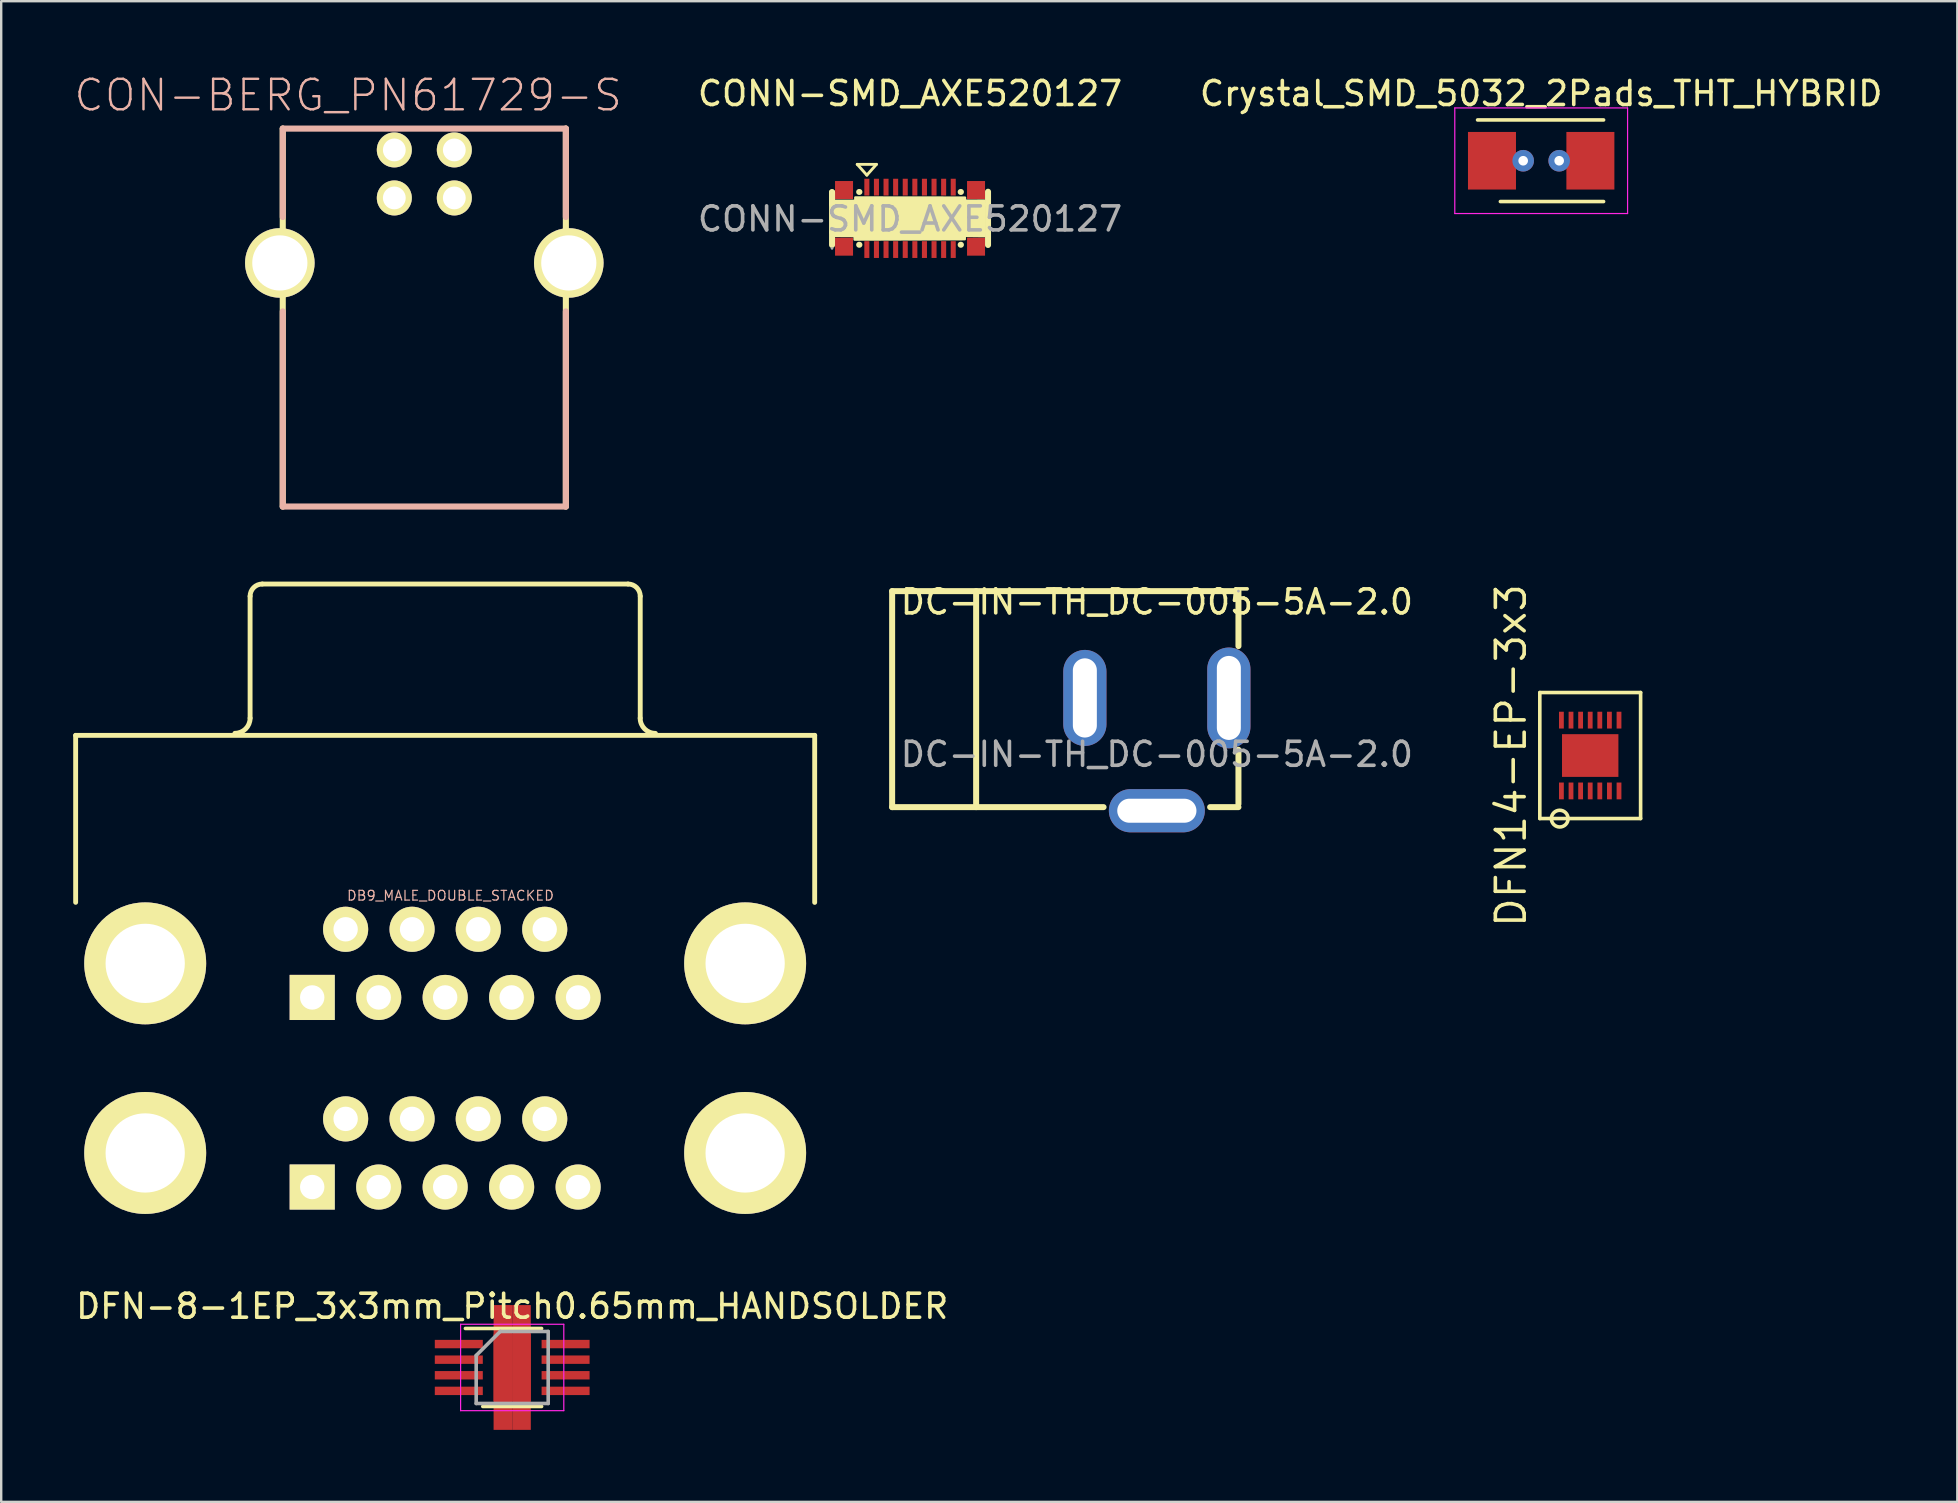
<source format=kicad_pcb>
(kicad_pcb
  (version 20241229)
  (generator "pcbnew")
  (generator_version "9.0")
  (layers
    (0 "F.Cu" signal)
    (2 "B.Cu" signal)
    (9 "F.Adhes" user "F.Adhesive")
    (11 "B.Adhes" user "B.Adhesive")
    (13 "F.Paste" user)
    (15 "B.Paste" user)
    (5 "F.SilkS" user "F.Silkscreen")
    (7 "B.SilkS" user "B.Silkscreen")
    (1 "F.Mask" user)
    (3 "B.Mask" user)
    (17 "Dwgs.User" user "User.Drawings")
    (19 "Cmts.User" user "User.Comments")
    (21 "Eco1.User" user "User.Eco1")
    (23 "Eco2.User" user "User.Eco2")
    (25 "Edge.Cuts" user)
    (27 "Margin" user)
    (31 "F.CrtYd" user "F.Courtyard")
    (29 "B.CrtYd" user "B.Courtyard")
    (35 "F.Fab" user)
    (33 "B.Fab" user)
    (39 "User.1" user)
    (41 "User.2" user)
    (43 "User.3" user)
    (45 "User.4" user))
  (footprint "DFN-8-1EP_3x3mm_Pitch0.65mm_HANDSOLDER"
    (layer "F.Cu")
    (at 18.292 53.929)
    (property "Reference" "DFN-8-1EP_3x3mm_Pitch0.65mm_HANDSOLDER" (at 0 -2.55 0) (layer "F.SilkS") (effects (font (size 1 1) (thickness 0.15))))
    (attr smd)
    (fp_line (start -1.95 -1.625) (end 1.225 -1.625) (stroke (width 0.15) (type solid)) (layer "F.SilkS"))
    (fp_line (start -1.225 1.625) (end 1.225 1.625) (stroke (width 0.15) (type solid)) (layer "F.SilkS"))
    (fp_line (start -2.15 -1.8) (end -2.15 1.8) (stroke (width 0.05) (type solid)) (layer "F.CrtYd"))
    (fp_line (start -2.15 -1.8) (end 2.15 -1.8) (stroke (width 0.05) (type solid)) (layer "F.CrtYd"))
    (fp_line (start -2.15 1.8) (end 2.15 1.8) (stroke (width 0.05) (type solid)) (layer "F.CrtYd"))
    (fp_line (start 2.15 -1.8) (end 2.15 1.8) (stroke (width 0.05) (type solid)) (layer "F.CrtYd"))
    (fp_line (start -1.5 -0.5) (end -0.5 -1.5) (stroke (width 0.15) (type solid)) (layer "F.Fab"))
    (fp_line (start -1.5 1.5) (end -1.5 -0.5) (stroke (width 0.15) (type solid)) (layer "F.Fab"))
    (fp_line (start -0.5 -1.5) (end 1.5 -1.5) (stroke (width 0.15) (type solid)) (layer "F.Fab"))
    (fp_line (start 1.5 -1.5) (end 1.5 1.5) (stroke (width 0.15) (type solid)) (layer "F.Fab"))
    (fp_line (start 1.5 1.5) (end -1.5 1.5) (stroke (width 0.15) (type solid)) (layer "F.Fab"))
    (pad "1" smd rect (at -2.225 -0.975) (size 2 0.35) (layers "F.Cu" "F.Mask" "F.Paste"))
    (pad "2" smd rect (at -2.225 -0.325) (size 2 0.35) (layers "F.Cu" "F.Mask" "F.Paste"))
    (pad "3" smd rect (at -2.225 0.325) (size 2 0.35) (layers "F.Cu" "F.Mask" "F.Paste"))
    (pad "4" smd rect (at -2.225 0.975) (size 2 0.35) (layers "F.Cu" "F.Mask" "F.Paste"))
    (pad "5" smd rect (at 2.225 0.975) (size 2 0.35) (layers "F.Cu" "F.Mask" "F.Paste"))
    (pad "6" smd rect (at 2.225 0.325) (size 2 0.35) (layers "F.Cu" "F.Mask" "F.Paste"))
    (pad "7" smd rect (at 2.225 -0.325) (size 2 0.35) (layers "F.Cu" "F.Mask" "F.Paste"))
    (pad "8" smd rect (at 2.225 -0.975) (size 2 0.35) (layers "F.Cu" "F.Mask" "F.Paste"))
    (pad "9" smd rect (at -0.388 -0.6) (size 0.775 4) (layers "F.Cu" "F.Mask" "F.Paste"))
    (pad "9" smd rect (at -0.388 0.6) (size 0.775 4) (layers "F.Cu" "F.Mask" "F.Paste"))
    (pad "9" smd rect (at 0.388 -0.6) (size 0.775 4) (layers "F.Cu" "F.Mask" "F.Paste"))
    (pad "9" smd rect (at 0.388 0.6) (size 0.775 4) (layers "F.Cu" "F.Mask" "F.Paste")))
  (footprint "DC-IN-TH_DC-005-5A-2.0"
    (layer "F.Cu")
    (at 45.153 28.381)
    (property "Reference" "DC-IN-TH_DC-005-5A-2.0" (at 0 -6.35 0) (layer "F.SilkS") (effects (font (size 1 1) (thickness 0.15))))
    (attr through_hole)
    (fp_line (start -11.03 -6.8) (end -11.03 2.2) (stroke (width 0.25) (type solid)) (layer "F.SilkS"))
    (fp_line (start -11.03 -6.8) (end 3.38 -6.8) (stroke (width 0.25) (type solid)) (layer "F.SilkS"))
    (fp_line (start -7.53 -6.8) (end -7.53 2.2) (stroke (width 0.25) (type solid)) (layer "F.SilkS"))
    (fp_line (start -2.22 2.2) (end -11.03 2.2) (stroke (width 0.25) (type solid)) (layer "F.SilkS"))
    (fp_line (start 3.4 -4.51) (end 3.4 -6.8) (stroke (width 0.25) (type solid)) (layer "F.SilkS"))
    (fp_line (start 3.4 2.07) (end 3.4 -0.19) (stroke (width 0.25) (type solid)) (layer "F.SilkS"))
    (fp_line (start 3.4 2.2) (end 2.22 2.2) (stroke (width 0.25) (type solid)) (layer "F.SilkS"))
    (fp_circle (center 3.4 -6.8) (end 3.43 -6.8) (stroke (width 0.06) (type solid)) (fill no) (layer "F.Fab"))
    (fp_text user "${REFERENCE}" (at 0 0 0) (layer "F.Fab") (effects (font (size 1 1) (thickness 0.15))))
    (pad "1" thru_hole oval (at 3 -2.35 90) (size 4.2 1.8) (drill oval 3.5 1) (layers "*.Cu" "*.Paste" "*.Mask"))
    (pad "2" thru_hole oval (at -3 -2.35 270) (size 4 1.8) (drill oval 3.3 1) (layers "*.Cu" "*.Paste" "*.Mask"))
    (pad "3" thru_hole oval (at 0 2.35) (size 4 1.8) (drill oval 3.3 1) (layers "*.Cu" "*.Paste" "*.Mask")))
  (footprint "DB9_MALE_DOUBLE_STACKED"
    (layer "F.Cu")
    (at 15.499 37.091)
    (property "Reference" "DB9_MALE_DOUBLE_STACKED" (at 0.221 -2.822 0) (layer "B.SilkS") (effects (font (size 0.406 0.406) (thickness 0.051))))
    (attr exclude_from_pos_files exclude_from_bom)
    (fp_line (start -15.397 -9.5) (end 15.397 -9.5) (stroke (width 0.203) (type solid)) (layer "F.SilkS"))
    (fp_line (start -15.397 -2.543) (end -15.397 -9.5) (stroke (width 0.203) (type solid)) (layer "F.SilkS"))
    (fp_line (start -8.128 -10.218) (end -8.128 -15.298) (stroke (width 0.203) (type solid)) (layer "F.SilkS"))
    (fp_line (start -7.62 -15.806) (end 7.62 -15.806) (stroke (width 0.203) (type solid)) (layer "F.SilkS"))
    (fp_line (start 8.128 -10.218) (end 8.128 -15.298) (stroke (width 0.203) (type solid)) (layer "F.SilkS"))
    (fp_line (start 15.397 -2.54) (end 15.397 -9.5) (stroke (width 0.203) (type solid)) (layer "F.SilkS"))
    (fp_arc (start -8.128 -15.29842) (mid -7.97921 -15.65763) (end -7.62 -15.80642) (stroke (width 0.2032) (type solid)) (layer "F.SilkS"))
    (fp_arc (start -8.128 -10.21842) (mid -8.313243 -9.771203) (end -8.76046 -9.58596) (stroke (width 0.2032) (type solid)) (layer "F.SilkS"))
    (fp_arc (start 7.62 -15.80642) (mid 7.97921 -15.65763) (end 8.128 -15.29842) (stroke (width 0.2032) (type solid)) (layer "F.SilkS"))
    (fp_arc (start 8.76046 -9.58342) (mid 8.311447 -9.769407) (end 8.12546 -10.21842) (stroke (width 0.2032) (type solid)) (layer "F.SilkS"))
    (pad "1" thru_hole circle (at 5.54 1.42) (size 1.88 1.88) (drill 1.016) (layers "*.Cu" "F.Mask" "F.SilkS" "F.Paste"))
    (pad "2" thru_hole circle (at 2.769 1.42) (size 1.88 1.88) (drill 1.016) (layers "*.Cu" "F.Mask" "F.SilkS" "F.Paste"))
    (pad "3" thru_hole circle (at 0 1.42) (size 1.88 1.88) (drill 1.016) (layers "*.Cu" "F.Mask" "F.SilkS" "F.Paste"))
    (pad "4" thru_hole circle (at -2.769 1.42) (size 1.88 1.88) (drill 1.016) (layers "*.Cu" "F.Mask" "F.SilkS" "F.Paste"))
    (pad "5" thru_hole rect (at -5.54 1.42) (size 1.88 1.88) (drill 1.016) (layers "*.Cu" "F.Mask" "F.SilkS" "F.Paste"))
    (pad "6" thru_hole circle (at 4.148 -1.42) (size 1.88 1.88) (drill 1.016) (layers "*.Cu" "F.Mask" "F.SilkS" "F.Paste"))
    (pad "7" thru_hole circle (at 1.379 -1.42) (size 1.88 1.88) (drill 1.016) (layers "*.Cu" "F.Mask" "F.SilkS" "F.Paste"))
    (pad "8" thru_hole circle (at -1.379 -1.42) (size 1.88 1.88) (drill 1.016) (layers "*.Cu" "F.Mask" "F.SilkS" "F.Paste"))
    (pad "9" thru_hole circle (at -4.148 -1.42) (size 1.88 1.88) (drill 1.016) (layers "*.Cu" "F.Mask" "F.SilkS" "F.Paste"))
    (pad "10" thru_hole circle (at 5.54 9.32) (size 1.88 1.88) (drill 1.016) (layers "*.Cu" "F.Mask" "F.SilkS" "F.Paste"))
    (pad "11" thru_hole circle (at 2.769 9.32) (size 1.88 1.88) (drill 1.016) (layers "*.Cu" "F.Mask" "F.SilkS" "F.Paste"))
    (pad "12" thru_hole circle (at 0 9.32) (size 1.88 1.88) (drill 1.016) (layers "*.Cu" "F.Mask" "F.SilkS" "F.Paste"))
    (pad "13" thru_hole circle (at -2.769 9.32) (size 1.88 1.88) (drill 1.016) (layers "*.Cu" "F.Mask" "F.SilkS" "F.Paste"))
    (pad "14" thru_hole rect (at -5.54 9.32) (size 1.88 1.88) (drill 1.016) (layers "*.Cu" "F.Mask" "F.SilkS" "F.Paste"))
    (pad "15" thru_hole circle (at 4.148 6.48) (size 1.88 1.88) (drill 1.016) (layers "*.Cu" "F.Mask" "F.SilkS" "F.Paste"))
    (pad "16" thru_hole circle (at 1.379 6.48) (size 1.88 1.88) (drill 1.016) (layers "*.Cu" "F.Mask" "F.SilkS" "F.Paste"))
    (pad "17" thru_hole circle (at -1.379 6.48) (size 1.88 1.88) (drill 1.016) (layers "*.Cu" "F.Mask" "F.SilkS" "F.Paste"))
    (pad "18" thru_hole circle (at -4.148 6.48) (size 1.88 1.88) (drill 1.016) (layers "*.Cu" "F.Mask" "F.SilkS" "F.Paste"))
    (pad "G1" thru_hole circle (at -12.499 0) (size 5.08 5.08) (drill 3.302) (layers "*.Cu" "F.Mask" "F.SilkS" "F.Paste"))
    (pad "G1" thru_hole circle (at -12.499 7.9) (size 5.08 5.08) (drill 3.302) (layers "*.Cu" "F.Mask" "F.SilkS" "F.Paste"))
    (pad "G2" thru_hole circle (at 12.499 0) (size 5.08 5.08) (drill 3.302) (layers "*.Cu" "F.Mask" "F.SilkS" "F.Paste"))
    (pad "G2" thru_hole circle (at 12.499 7.9) (size 5.08 5.08) (drill 3.302) (layers "*.Cu" "F.Mask" "F.SilkS" "F.Paste")))
  (footprint "DFN14-EP-3x3"
    (layer "F.Cu")
    (at 63.21 28.431)
    (property "Reference" "DFN14-EP-3x3" (at -3.3 0 90) (layer "F.SilkS") (effects (font (size 1.2 1.2) (thickness 0.15))))
    (attr through_hole)
    (fp_line (start -2.1 -2.625) (end -2.1 2.625) (stroke (width 0.15) (type solid)) (layer "F.SilkS"))
    (fp_line (start -2.1 2.625) (end 2.1 2.625) (stroke (width 0.15) (type solid)) (layer "F.SilkS"))
    (fp_line (start 2.1 -2.625) (end -2.095 -2.625) (stroke (width 0.15) (type solid)) (layer "F.SilkS"))
    (fp_line (start 2.1 2.625) (end 2.1 -2.625) (stroke (width 0.15) (type solid)) (layer "F.SilkS"))
    (fp_circle (center -1.27 2.629) (end -0.978 2.819) (stroke (width 0.15) (type solid)) (fill no) (layer "F.SilkS"))
    (pad "1" smd rect (at -1.2 1.475) (size 0.2 0.7) (layers "F.Cu" "F.Mask" "F.Paste"))
    (pad "2" smd rect (at -0.8 1.475) (size 0.2 0.7) (layers "F.Cu" "F.Mask" "F.Paste"))
    (pad "3" smd rect (at -0.4 1.475) (size 0.2 0.7) (layers "F.Cu" "F.Mask" "F.Paste"))
    (pad "4" smd rect (at 0 1.475) (size 0.2 0.7) (layers "F.Cu" "F.Mask" "F.Paste"))
    (pad "5" smd rect (at 0.4 1.475) (size 0.2 0.7) (layers "F.Cu" "F.Mask" "F.Paste"))
    (pad "6" smd rect (at 0.8 1.475) (size 0.2 0.7) (layers "F.Cu" "F.Mask" "F.Paste"))
    (pad "7" smd rect (at 1.2 1.475) (size 0.2 0.7) (layers "F.Cu" "F.Mask" "F.Paste"))
    (pad "8" smd rect (at 1.2 -1.475) (size 0.2 0.7) (layers "F.Cu" "F.Mask" "F.Paste"))
    (pad "9" smd rect (at 0.8 -1.475) (size 0.2 0.7) (layers "F.Cu" "F.Mask" "F.Paste"))
    (pad "10" smd rect (at 0.4 -1.475) (size 0.2 0.7) (layers "F.Cu" "F.Mask" "F.Paste"))
    (pad "11" smd rect (at 0 -1.475) (size 0.2 0.7) (layers "F.Cu" "F.Mask" "F.Paste"))
    (pad "12" smd rect (at -0.4 -1.475) (size 0.2 0.7) (layers "F.Cu" "F.Mask" "F.Paste"))
    (pad "13" smd rect (at -0.8 -1.475) (size 0.2 0.7) (layers "F.Cu" "F.Mask" "F.Paste"))
    (pad "14" smd rect (at -1.2 -1.475) (size 0.2 0.7) (layers "F.Cu" "F.Mask" "F.Paste"))
    (pad "15" smd rect (at 0 0) (size 2.35 1.78) (layers "F.Cu" "F.Mask" "F.Paste")))
  (footprint "CONN-SMD_AXE520127"
    (layer "F.Cu")
    (at 34.869 6.048)
    (property "Reference" "CONN-SMD_AXE520127" (at 0 -5.2 0) (layer "F.SilkS") (effects (font (size 1 1) (thickness 0.15))))
    (attr smd)
    (fp_line (start -3.25 -1.09) (end -3.25 0.57) (stroke (width 0.25) (type solid)) (layer "F.SilkS"))
    (fp_line (start -3.25 -0.57) (end -3.25 -1.09) (stroke (width 0.25) (type solid)) (layer "F.SilkS"))
    (fp_line (start -3.25 0.57) (end -3.25 1.11) (stroke (width 0.25) (type solid)) (layer "F.SilkS"))
    (fp_line (start -2.2 -2.25) (end -1.8 -1.8) (stroke (width 0.12) (type solid)) (layer "F.SilkS"))
    (fp_line (start -2.12 -1.1) (end -2.11 -1.1) (stroke (width 0.25) (type solid)) (layer "F.SilkS"))
    (fp_line (start -2.12 1.1) (end -2.11 1.1) (stroke (width 0.25) (type solid)) (layer "F.SilkS"))
    (fp_line (start -1.8 -1.8) (end -1.4 -2.25) (stroke (width 0.12) (type solid)) (layer "F.SilkS"))
    (fp_line (start -1.4 -2.25) (end -2.2 -2.25) (stroke (width 0.12) (type solid)) (layer "F.SilkS"))
    (fp_line (start 2.11 1.1) (end 2.12 1.1) (stroke (width 0.25) (type solid)) (layer "F.SilkS"))
    (fp_line (start 2.12 -1.1) (end 2.11 -1.1) (stroke (width 0.25) (type solid)) (layer "F.SilkS"))
    (fp_line (start 3.25 -0.57) (end 3.25 -1.11) (stroke (width 0.25) (type solid)) (layer "F.SilkS"))
    (fp_line (start 3.25 -0.57) (end 3.25 0.57) (stroke (width 0.25) (type solid)) (layer "F.SilkS"))
    (fp_line (start 3.25 0.57) (end 3.25 1.11) (stroke (width 0.25) (type solid)) (layer "F.SilkS"))
    (fp_poly (pts (xy 2.29 -0.735) (xy 3.1 -0.74) (xy 3.1 0.74) (xy 2.28 0.73) (xy 2.28 0.87) (xy -2.31 0.885) (xy -2.31 0.735) (xy -3.12 0.73) (xy -3.12 -0.73) (xy -2.28 -0.73) (xy -2.28 -0.87) (xy 2.29 -0.865)) (stroke (width 0.1) (type solid)) (fill yes) (layer "F.SilkS"))
    (fp_circle (center -3.25 1.25) (end -3.22 1.25) (stroke (width 0.06) (type solid)) (fill no) (layer "F.Fab"))
    (fp_text user "${REFERENCE}" (at 0 0.025 0) (layer "F.Fab") (effects (font (size 1 1) (thickness 0.15))))
    (pad "1" smd rect (at -1.8 -1.3 90) (size 0.7 0.21) (layers "F.Cu" "F.Mask" "F.Paste"))
    (pad "2" smd rect (at -1.4 -1.3 90) (size 0.7 0.21) (layers "F.Cu" "F.Mask" "F.Paste"))
    (pad "3" smd rect (at -1 -1.3 90) (size 0.7 0.21) (layers "F.Cu" "F.Mask" "F.Paste"))
    (pad "4" smd rect (at -0.6 -1.3 90) (size 0.7 0.21) (layers "F.Cu" "F.Mask" "F.Paste"))
    (pad "5" smd rect (at -0.2 -1.3 90) (size 0.7 0.21) (layers "F.Cu" "F.Mask" "F.Paste"))
    (pad "6" smd rect (at 0.2 -1.3 90) (size 0.7 0.21) (layers "F.Cu" "F.Mask" "F.Paste"))
    (pad "7" smd rect (at 0.6 -1.3 90) (size 0.7 0.21) (layers "F.Cu" "F.Mask" "F.Paste"))
    (pad "8" smd rect (at 1 -1.3 90) (size 0.7 0.21) (layers "F.Cu" "F.Mask" "F.Paste"))
    (pad "9" smd rect (at 1.4 -1.3 90) (size 0.7 0.21) (layers "F.Cu" "F.Mask" "F.Paste"))
    (pad "10" smd rect (at 1.8 -1.3 90) (size 0.7 0.21) (layers "F.Cu" "F.Mask" "F.Paste"))
    (pad "11" smd rect (at -1.8 1.3 90) (size 0.7 0.21) (layers "F.Cu" "F.Mask" "F.Paste"))
    (pad "12" smd rect (at -1.4 1.3 90) (size 0.7 0.21) (layers "F.Cu" "F.Mask" "F.Paste"))
    (pad "13" smd rect (at -1 1.3 90) (size 0.7 0.21) (layers "F.Cu" "F.Mask" "F.Paste"))
    (pad "14" smd rect (at -0.6 1.3 90) (size 0.7 0.21) (layers "F.Cu" "F.Mask" "F.Paste"))
    (pad "15" smd rect (at -0.2 1.3 90) (size 0.7 0.21) (layers "F.Cu" "F.Mask" "F.Paste"))
    (pad "16" smd rect (at 0.2 1.3 90) (size 0.7 0.21) (layers "F.Cu" "F.Mask" "F.Paste"))
    (pad "17" smd rect (at 0.6 1.3 90) (size 0.7 0.21) (layers "F.Cu" "F.Mask" "F.Paste"))
    (pad "18" smd rect (at 1 1.3 90) (size 0.7 0.21) (layers "F.Cu" "F.Mask" "F.Paste"))
    (pad "19" smd rect (at 1.4 1.3 90) (size 0.7 0.21) (layers "F.Cu" "F.Mask" "F.Paste"))
    (pad "20" smd rect (at 1.8 1.3 90) (size 0.7 0.21) (layers "F.Cu" "F.Mask" "F.Paste"))
    (pad "G1" smd rect (at -2.75 1.18) (size 0.75 0.75) (layers "F.Cu" "F.Mask" "F.Paste"))
    (pad "G2" smd rect (at -2.75 -1.18) (size 0.75 0.75) (layers "F.Cu" "F.Mask" "F.Paste"))
    (pad "G3" smd rect (at 2.75 -1.18 90) (size 0.75 0.75) (layers "F.Cu" "F.Mask" "F.Paste"))
    (pad "G4" smd rect (at 2.75 1.18) (size 0.75 0.75) (layers "F.Cu" "F.Mask" "F.Paste")))
  (footprint "Crystal_SMD_5032_2Pads_THT_HYBRID"
    (layer "F.Cu")
    (at 61.167 3.648)
    (property "Reference" "Crystal_SMD_5032_2Pads_THT_HYBRID" (at 0 -2.8 0) (layer "F.SilkS") (effects (font (size 1 1) (thickness 0.15))))
    (attr smd)
    (fp_line (start -2.65 -1.7) (end 2.6 -1.7) (stroke (width 0.15) (type solid)) (layer "F.SilkS"))
    (fp_line (start 2.6 1.7) (end -1.7 1.7) (stroke (width 0.15) (type solid)) (layer "F.SilkS"))
    (fp_line (start -3.6 -2.2) (end -3.6 2.2) (stroke (width 0.05) (type solid)) (layer "F.CrtYd"))
    (fp_line (start -3.6 2.2) (end 3.6 2.2) (stroke (width 0.05) (type solid)) (layer "F.CrtYd"))
    (fp_line (start 3.6 -2.2) (end -3.6 -2.2) (stroke (width 0.05) (type solid)) (layer "F.CrtYd"))
    (fp_line (start 3.6 2.2) (end 3.6 -2.2) (stroke (width 0.05) (type solid)) (layer "F.CrtYd"))
    (pad "1" smd rect (at -2.05 0) (size 2 2.4) (layers "F.Cu" "F.Mask" "F.Paste"))
    (pad "1" thru_hole circle (at -0.75 0) (size 0.9 0.9) (drill 0.4) (layers "*.Cu" "*.Mask"))
    (pad "2" thru_hole circle (at 0.75 0) (size 0.9 0.9) (drill 0.4) (layers "*.Cu" "*.Mask"))
    (pad "2" smd rect (at 2.05 0) (size 2 2.4) (layers "F.Cu" "F.Mask" "F.Paste")))
  (footprint "CON-BERG_PN61729-S"
    (layer "F.Cu")
    (at 14.63 7.906)
    (property "Reference" "CON-BERG_PN61729-S" (at -3.175 -6.985 0) (layer "B.SilkS") (effects (font (size 1.27 1.27) (thickness 0.102))))
    (attr exclude_from_pos_files exclude_from_bom)
    (fp_line (start -5.898 -5.598) (end -5.898 10.15) (stroke (width 0.254) (type solid)) (layer "F.SilkS"))
    (fp_line (start 5.898 10.15) (end 5.898 -5.598) (stroke (width 0.254) (type solid)) (layer "F.SilkS"))
    (fp_line (start -5.898 -5.598) (end -5.898 -1.913) (stroke (width 0.254) (type solid)) (layer "B.SilkS"))
    (fp_line (start -5.898 2.019) (end -5.898 10.15) (stroke (width 0.254) (type solid)) (layer "B.SilkS"))
    (fp_line (start -5.898 10.15) (end 5.898 10.15) (stroke (width 0.254) (type solid)) (layer "B.SilkS"))
    (fp_line (start 5.898 -5.598) (end -5.898 -5.598) (stroke (width 0.254) (type solid)) (layer "B.SilkS"))
    (fp_line (start 5.898 -1.913) (end 5.898 -5.598) (stroke (width 0.254) (type solid)) (layer "B.SilkS"))
    (fp_line (start 5.898 10.15) (end 5.898 2.019) (stroke (width 0.254) (type solid)) (layer "B.SilkS"))
    (pad "1" thru_hole circle (at 1.25 -4.709) (size 1.458 1.458) (drill 0.95) (layers "*.Cu" "F.Mask" "F.SilkS" "F.Paste"))
    (pad "2" thru_hole circle (at -1.25 -4.709) (size 1.458 1.458) (drill 0.95) (layers "*.Cu" "F.Mask" "F.SilkS" "F.Paste"))
    (pad "3" thru_hole circle (at -1.25 -2.708) (size 1.458 1.458) (drill 0.95) (layers "*.Cu" "F.Mask" "F.SilkS" "F.Paste"))
    (pad "4" thru_hole circle (at 1.25 -2.708) (size 1.458 1.458) (drill 0.95) (layers "*.Cu" "F.Mask" "F.SilkS" "F.Paste"))
    (pad "S1" thru_hole circle (at -6.02 0) (size 2.898 2.898) (drill 2.299) (layers "*.Cu" "F.Mask" "F.SilkS" "F.Paste"))
    (pad "S2" thru_hole circle (at 6.02 0) (size 2.898 2.898) (drill 2.299) (layers "*.Cu" "F.Mask" "F.SilkS" "F.Paste")))
  (gr_rect
    (start -3 -3)
    (end 78.506 59.529)
    (stroke (width 0.1) (type default))
    (fill no)
    (layer "Edge.Cuts")))
</source>
